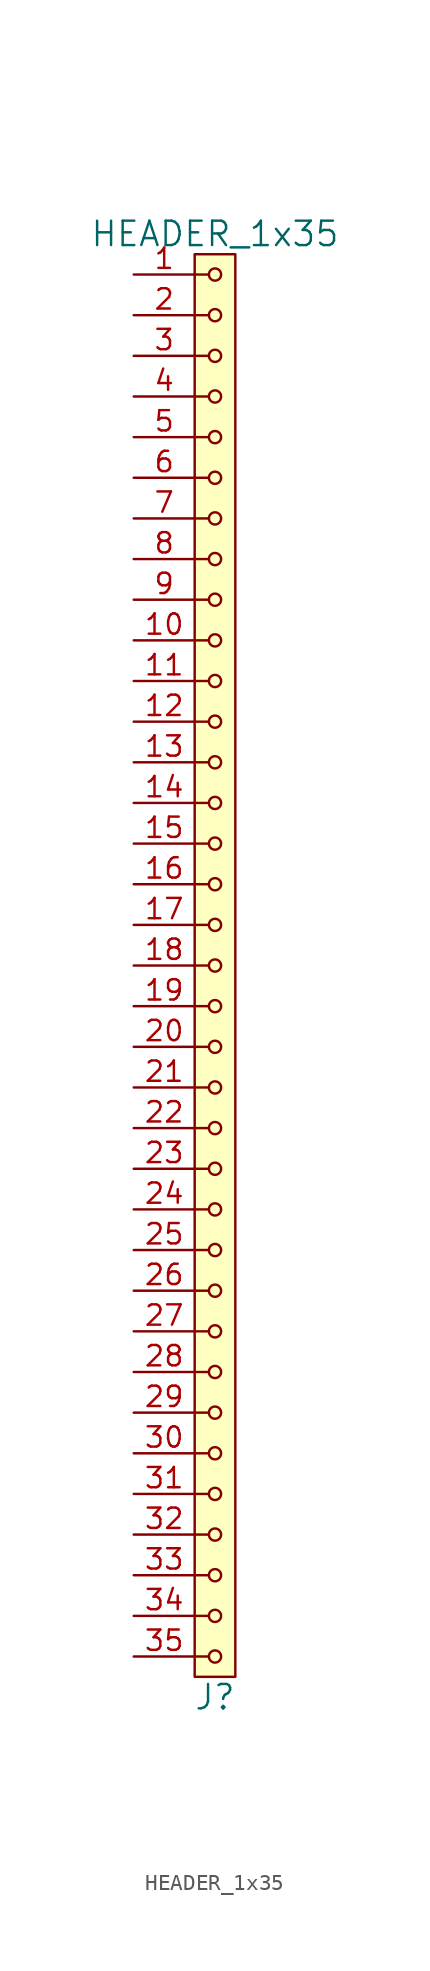
<source format=kicad_sym>
(kicad_symbol_lib
  (version 20211014)
  (generator kicad_symbol_editor)
  (symbol "HEADER_1x35"
    (pin_names
      (offset 1.016))
    (property "Reference" "J"
      (at 0 -45.72 0)
      (effects (font (size 1.524 1.524))))
    (property "Value" "HEADER_1x35"
      (at 0 45.72 0)
      (effects (font (size 1.524 1.524))))
    (property "Footprint" ""
      (at 0 43.18 0)
      (effects (font (size 1.524 1.524))))
    (property "Datasheet" ""
      (at 0 43.18 0)
      (effects (font (size 1.524 1.524))))
    (symbol "HEADER_1x35_0_1"
      (rectangle (start -1.27 44.45) (end 1.27 -44.45) (stroke (width 0) (type default) (color 0 0 0 0)) (fill (type background)))
      (circle (center 0 -43.18) (radius 0.381) (stroke (width 0) (type default) (color 0 0 0 0)) (fill (type none)))
      (circle (center 0 -40.64) (radius 0.381) (stroke (width 0) (type default) (color 0 0 0 0)) (fill (type none)))
      (circle (center 0 -38.1) (radius 0.381) (stroke (width 0) (type default) (color 0 0 0 0)) (fill (type none)))
      (circle (center 0 -35.56) (radius 0.381) (stroke (width 0) (type default) (color 0 0 0 0)) (fill (type none)))
      (circle (center 0 -33.02) (radius 0.381) (stroke (width 0) (type default) (color 0 0 0 0)) (fill (type none)))
      (circle (center 0 -30.48) (radius 0.381) (stroke (width 0) (type default) (color 0 0 0 0)) (fill (type none)))
      (circle (center 0 -27.94) (radius 0.381) (stroke (width 0) (type default) (color 0 0 0 0)) (fill (type none)))
      (circle (center 0 -25.4) (radius 0.381) (stroke (width 0) (type default) (color 0 0 0 0)) (fill (type none)))
      (circle (center 0 -22.86) (radius 0.381) (stroke (width 0) (type default) (color 0 0 0 0)) (fill (type none)))
      (circle (center 0 -20.32) (radius 0.381) (stroke (width 0) (type default) (color 0 0 0 0)) (fill (type none)))
      (circle (center 0 -17.78) (radius 0.381) (stroke (width 0) (type default) (color 0 0 0 0)) (fill (type none)))
      (circle (center 0 -15.24) (radius 0.381) (stroke (width 0) (type default) (color 0 0 0 0)) (fill (type none)))
      (circle (center 0 -12.7) (radius 0.381) (stroke (width 0) (type default) (color 0 0 0 0)) (fill (type none)))
      (circle (center 0 -10.16) (radius 0.381) (stroke (width 0) (type default) (color 0 0 0 0)) (fill (type none)))
      (circle (center 0 -7.62) (radius 0.381) (stroke (width 0) (type default) (color 0 0 0 0)) (fill (type none)))
      (circle (center 0 -5.08) (radius 0.381) (stroke (width 0) (type default) (color 0 0 0 0)) (fill (type none)))
      (circle (center 0 -2.54) (radius 0.381) (stroke (width 0) (type default) (color 0 0 0 0)) (fill (type none)))
      (polyline (pts (xy -1.27 -43.18) (xy -0.381 -43.18)) (stroke (width 0) (type default) (color 0 0 0 0)) (fill (type none)))
      (polyline (pts (xy -1.27 -40.64) (xy -0.381 -40.64)) (stroke (width 0) (type default) (color 0 0 0 0)) (fill (type none)))
      (polyline (pts (xy -1.27 -38.1) (xy -0.381 -38.1)) (stroke (width 0) (type default) (color 0 0 0 0)) (fill (type none)))
      (polyline (pts (xy -1.27 -35.56) (xy -0.381 -35.56)) (stroke (width 0) (type default) (color 0 0 0 0)) (fill (type none)))
      (polyline (pts (xy -1.27 -33.02) (xy -0.381 -33.02)) (stroke (width 0) (type default) (color 0 0 0 0)) (fill (type none)))
      (polyline (pts (xy -1.27 -30.48) (xy -0.381 -30.48)) (stroke (width 0) (type default) (color 0 0 0 0)) (fill (type none)))
      (polyline (pts (xy -1.27 -27.94) (xy -0.381 -27.94)) (stroke (width 0) (type default) (color 0 0 0 0)) (fill (type none)))
      (polyline (pts (xy -1.27 -25.4) (xy -0.381 -25.4)) (stroke (width 0) (type default) (color 0 0 0 0)) (fill (type none)))
      (polyline (pts (xy -1.27 -22.86) (xy -0.381 -22.86)) (stroke (width 0) (type default) (color 0 0 0 0)) (fill (type none)))
      (polyline (pts (xy -1.27 -20.32) (xy -0.381 -20.32)) (stroke (width 0) (type default) (color 0 0 0 0)) (fill (type none)))
      (polyline (pts (xy -1.27 -17.78) (xy -0.381 -17.78)) (stroke (width 0) (type default) (color 0 0 0 0)) (fill (type none)))
      (polyline (pts (xy -1.27 -15.24) (xy -0.381 -15.24)) (stroke (width 0) (type default) (color 0 0 0 0)) (fill (type none)))
      (polyline (pts (xy -1.27 -12.7) (xy -0.381 -12.7)) (stroke (width 0) (type default) (color 0 0 0 0)) (fill (type none)))
      (polyline (pts (xy -1.27 -10.16) (xy -0.381 -10.16)) (stroke (width 0) (type default) (color 0 0 0 0)) (fill (type none)))
      (polyline (pts (xy -1.27 -7.62) (xy -0.381 -7.62)) (stroke (width 0) (type default) (color 0 0 0 0)) (fill (type none)))
      (polyline (pts (xy -1.27 -5.08) (xy -0.381 -5.08)) (stroke (width 0) (type default) (color 0 0 0 0)) (fill (type none)))
      (polyline (pts (xy -1.27 -2.54) (xy -0.381 -2.54)) (stroke (width 0) (type default) (color 0 0 0 0)) (fill (type none)))
      (polyline (pts (xy -1.27 0) (xy -0.381 0)) (stroke (width 0) (type default) (color 0 0 0 0)) (fill (type none)))
      (polyline (pts (xy -1.27 2.54) (xy -0.381 2.54)) (stroke (width 0) (type default) (color 0 0 0 0)) (fill (type none)))
      (polyline (pts (xy -1.27 5.08) (xy -0.381 5.08)) (stroke (width 0) (type default) (color 0 0 0 0)) (fill (type none)))
      (polyline (pts (xy -1.27 7.62) (xy -0.381 7.62)) (stroke (width 0) (type default) (color 0 0 0 0)) (fill (type none)))
      (polyline (pts (xy -1.27 10.16) (xy -0.381 10.16)) (stroke (width 0) (type default) (color 0 0 0 0)) (fill (type none)))
      (polyline (pts (xy -1.27 12.7) (xy -0.381 12.7)) (stroke (width 0) (type default) (color 0 0 0 0)) (fill (type none)))
      (polyline (pts (xy -1.27 15.24) (xy -0.381 15.24)) (stroke (width 0) (type default) (color 0 0 0 0)) (fill (type none)))
      (polyline (pts (xy -1.27 17.78) (xy -0.381 17.78)) (stroke (width 0) (type default) (color 0 0 0 0)) (fill (type none)))
      (polyline (pts (xy -1.27 20.32) (xy -0.381 20.32)) (stroke (width 0) (type default) (color 0 0 0 0)) (fill (type none)))
      (polyline (pts (xy -1.27 22.86) (xy -0.381 22.86)) (stroke (width 0) (type default) (color 0 0 0 0)) (fill (type none)))
      (polyline (pts (xy -1.27 25.4) (xy -0.381 25.4)) (stroke (width 0) (type default) (color 0 0 0 0)) (fill (type none)))
      (polyline (pts (xy -1.27 27.94) (xy -0.381 27.94)) (stroke (width 0) (type default) (color 0 0 0 0)) (fill (type none)))
      (polyline (pts (xy -1.27 30.48) (xy -0.381 30.48)) (stroke (width 0) (type default) (color 0 0 0 0)) (fill (type none)))
      (polyline (pts (xy -1.27 33.02) (xy -0.381 33.02)) (stroke (width 0) (type default) (color 0 0 0 0)) (fill (type none)))
      (polyline (pts (xy -1.27 35.56) (xy -0.381 35.56)) (stroke (width 0) (type default) (color 0 0 0 0)) (fill (type none)))
      (polyline (pts (xy -1.27 38.1) (xy -0.381 38.1)) (stroke (width 0) (type default) (color 0 0 0 0)) (fill (type none)))
      (polyline (pts (xy -1.27 40.64) (xy -0.381 40.64)) (stroke (width 0) (type default) (color 0 0 0 0)) (fill (type none)))
      (polyline (pts (xy -1.27 43.18) (xy -0.381 43.18)) (stroke (width 0) (type default) (color 0 0 0 0)) (fill (type none)))
      (circle (center 0 0) (radius 0.381) (stroke (width 0) (type default) (color 0 0 0 0)) (fill (type none)))
      (circle (center 0 2.54) (radius 0.381) (stroke (width 0) (type default) (color 0 0 0 0)) (fill (type none)))
      (circle (center 0 5.08) (radius 0.381) (stroke (width 0) (type default) (color 0 0 0 0)) (fill (type none)))
      (circle (center 0 7.62) (radius 0.381) (stroke (width 0) (type default) (color 0 0 0 0)) (fill (type none)))
      (circle (center 0 10.16) (radius 0.381) (stroke (width 0) (type default) (color 0 0 0 0)) (fill (type none)))
      (circle (center 0 12.7) (radius 0.381) (stroke (width 0) (type default) (color 0 0 0 0)) (fill (type none)))
      (circle (center 0 15.24) (radius 0.381) (stroke (width 0) (type default) (color 0 0 0 0)) (fill (type none)))
      (circle (center 0 17.78) (radius 0.381) (stroke (width 0) (type default) (color 0 0 0 0)) (fill (type none)))
      (circle (center 0 20.32) (radius 0.381) (stroke (width 0) (type default) (color 0 0 0 0)) (fill (type none)))
      (circle (center 0 22.86) (radius 0.381) (stroke (width 0) (type default) (color 0 0 0 0)) (fill (type none)))
      (circle (center 0 25.4) (radius 0.381) (stroke (width 0) (type default) (color 0 0 0 0)) (fill (type none)))
      (circle (center 0 27.94) (radius 0.381) (stroke (width 0) (type default) (color 0 0 0 0)) (fill (type none)))
      (circle (center 0 30.48) (radius 0.381) (stroke (width 0) (type default) (color 0 0 0 0)) (fill (type none)))
      (circle (center 0 33.02) (radius 0.381) (stroke (width 0) (type default) (color 0 0 0 0)) (fill (type none)))
      (circle (center 0 35.56) (radius 0.381) (stroke (width 0) (type default) (color 0 0 0 0)) (fill (type none)))
      (circle (center 0 38.1) (radius 0.381) (stroke (width 0) (type default) (color 0 0 0 0)) (fill (type none)))
      (circle (center 0 40.64) (radius 0.381) (stroke (width 0) (type default) (color 0 0 0 0)) (fill (type none)))
      (circle (center 0 43.18) (radius 0.381) (stroke (width 0) (type default) (color 0 0 0 0)) (fill (type none))))
    (symbol "HEADER_1x35_1_1"
      (pin input line (at -5.08 43.18 0) (length 3.81) (name "~" (effects (font (size 1.27 1.27)))) (number "1" (effects (font (size 1.27 1.27)))))
      (pin input line (at -5.08 20.32 0) (length 3.81) (name "~" (effects (font (size 1.27 1.27)))) (number "10" (effects (font (size 1.27 1.27)))))
      (pin input line (at -5.08 17.78 0) (length 3.81) (name "~" (effects (font (size 1.27 1.27)))) (number "11" (effects (font (size 1.27 1.27)))))
      (pin input line (at -5.08 15.24 0) (length 3.81) (name "~" (effects (font (size 1.27 1.27)))) (number "12" (effects (font (size 1.27 1.27)))))
      (pin input line (at -5.08 12.7 0) (length 3.81) (name "~" (effects (font (size 1.27 1.27)))) (number "13" (effects (font (size 1.27 1.27)))))
      (pin input line (at -5.08 10.16 0) (length 3.81) (name "~" (effects (font (size 1.27 1.27)))) (number "14" (effects (font (size 1.27 1.27)))))
      (pin input line (at -5.08 7.62 0) (length 3.81) (name "~" (effects (font (size 1.27 1.27)))) (number "15" (effects (font (size 1.27 1.27)))))
      (pin input line (at -5.08 5.08 0) (length 3.81) (name "~" (effects (font (size 1.27 1.27)))) (number "16" (effects (font (size 1.27 1.27)))))
      (pin input line (at -5.08 2.54 0) (length 3.81) (name "~" (effects (font (size 1.27 1.27)))) (number "17" (effects (font (size 1.27 1.27)))))
      (pin input line (at -5.08 0 0) (length 3.81) (name "~" (effects (font (size 1.27 1.27)))) (number "18" (effects (font (size 1.27 1.27)))))
      (pin input line (at -5.08 -2.54 0) (length 3.81) (name "~" (effects (font (size 1.27 1.27)))) (number "19" (effects (font (size 1.27 1.27)))))
      (pin input line (at -5.08 40.64 0) (length 3.81) (name "~" (effects (font (size 1.27 1.27)))) (number "2" (effects (font (size 1.27 1.27)))))
      (pin input line (at -5.08 -5.08 0) (length 3.81) (name "~" (effects (font (size 1.27 1.27)))) (number "20" (effects (font (size 1.27 1.27)))))
      (pin input line (at -5.08 -7.62 0) (length 3.81) (name "~" (effects (font (size 1.27 1.27)))) (number "21" (effects (font (size 1.27 1.27)))))
      (pin input line (at -5.08 -10.16 0) (length 3.81) (name "~" (effects (font (size 1.27 1.27)))) (number "22" (effects (font (size 1.27 1.27)))))
      (pin input line (at -5.08 -12.7 0) (length 3.81) (name "~" (effects (font (size 1.27 1.27)))) (number "23" (effects (font (size 1.27 1.27)))))
      (pin input line (at -5.08 -15.24 0) (length 3.81) (name "~" (effects (font (size 1.27 1.27)))) (number "24" (effects (font (size 1.27 1.27)))))
      (pin input line (at -5.08 -17.78 0) (length 3.81) (name "~" (effects (font (size 1.27 1.27)))) (number "25" (effects (font (size 1.27 1.27)))))
      (pin input line (at -5.08 -20.32 0) (length 3.81) (name "~" (effects (font (size 1.27 1.27)))) (number "26" (effects (font (size 1.27 1.27)))))
      (pin input line (at -5.08 -22.86 0) (length 3.81) (name "~" (effects (font (size 1.27 1.27)))) (number "27" (effects (font (size 1.27 1.27)))))
      (pin input line (at -5.08 -25.4 0) (length 3.81) (name "~" (effects (font (size 1.27 1.27)))) (number "28" (effects (font (size 1.27 1.27)))))
      (pin input line (at -5.08 -27.94 0) (length 3.81) (name "~" (effects (font (size 1.27 1.27)))) (number "29" (effects (font (size 1.27 1.27)))))
      (pin input line (at -5.08 38.1 0) (length 3.81) (name "~" (effects (font (size 1.27 1.27)))) (number "3" (effects (font (size 1.27 1.27)))))
      (pin input line (at -5.08 -30.48 0) (length 3.81) (name "~" (effects (font (size 1.27 1.27)))) (number "30" (effects (font (size 1.27 1.27)))))
      (pin input line (at -5.08 -33.02 0) (length 3.81) (name "~" (effects (font (size 1.27 1.27)))) (number "31" (effects (font (size 1.27 1.27)))))
      (pin input line (at -5.08 -35.56 0) (length 3.81) (name "~" (effects (font (size 1.27 1.27)))) (number "32" (effects (font (size 1.27 1.27)))))
      (pin input line (at -5.08 -38.1 0) (length 3.81) (name "~" (effects (font (size 1.27 1.27)))) (number "33" (effects (font (size 1.27 1.27)))))
      (pin input line (at -5.08 -40.64 0) (length 3.81) (name "~" (effects (font (size 1.27 1.27)))) (number "34" (effects (font (size 1.27 1.27)))))
      (pin input line (at -5.08 -43.18 0) (length 3.81) (name "~" (effects (font (size 1.27 1.27)))) (number "35" (effects (font (size 1.27 1.27)))))
      (pin input line (at -5.08 35.56 0) (length 3.81) (name "~" (effects (font (size 1.27 1.27)))) (number "4" (effects (font (size 1.27 1.27)))))
      (pin input line (at -5.08 33.02 0) (length 3.81) (name "~" (effects (font (size 1.27 1.27)))) (number "5" (effects (font (size 1.27 1.27)))))
      (pin input line (at -5.08 30.48 0) (length 3.81) (name "~" (effects (font (size 1.27 1.27)))) (number "6" (effects (font (size 1.27 1.27)))))
      (pin input line (at -5.08 27.94 0) (length 3.81) (name "~" (effects (font (size 1.27 1.27)))) (number "7" (effects (font (size 1.27 1.27)))))
      (pin input line (at -5.08 25.4 0) (length 3.81) (name "~" (effects (font (size 1.27 1.27)))) (number "8" (effects (font (size 1.27 1.27)))))
      (pin input line (at -5.08 22.86 0) (length 3.81) (name "~" (effects (font (size 1.27 1.27)))) (number "9" (effects (font (size 1.27 1.27))))))))
</source>
